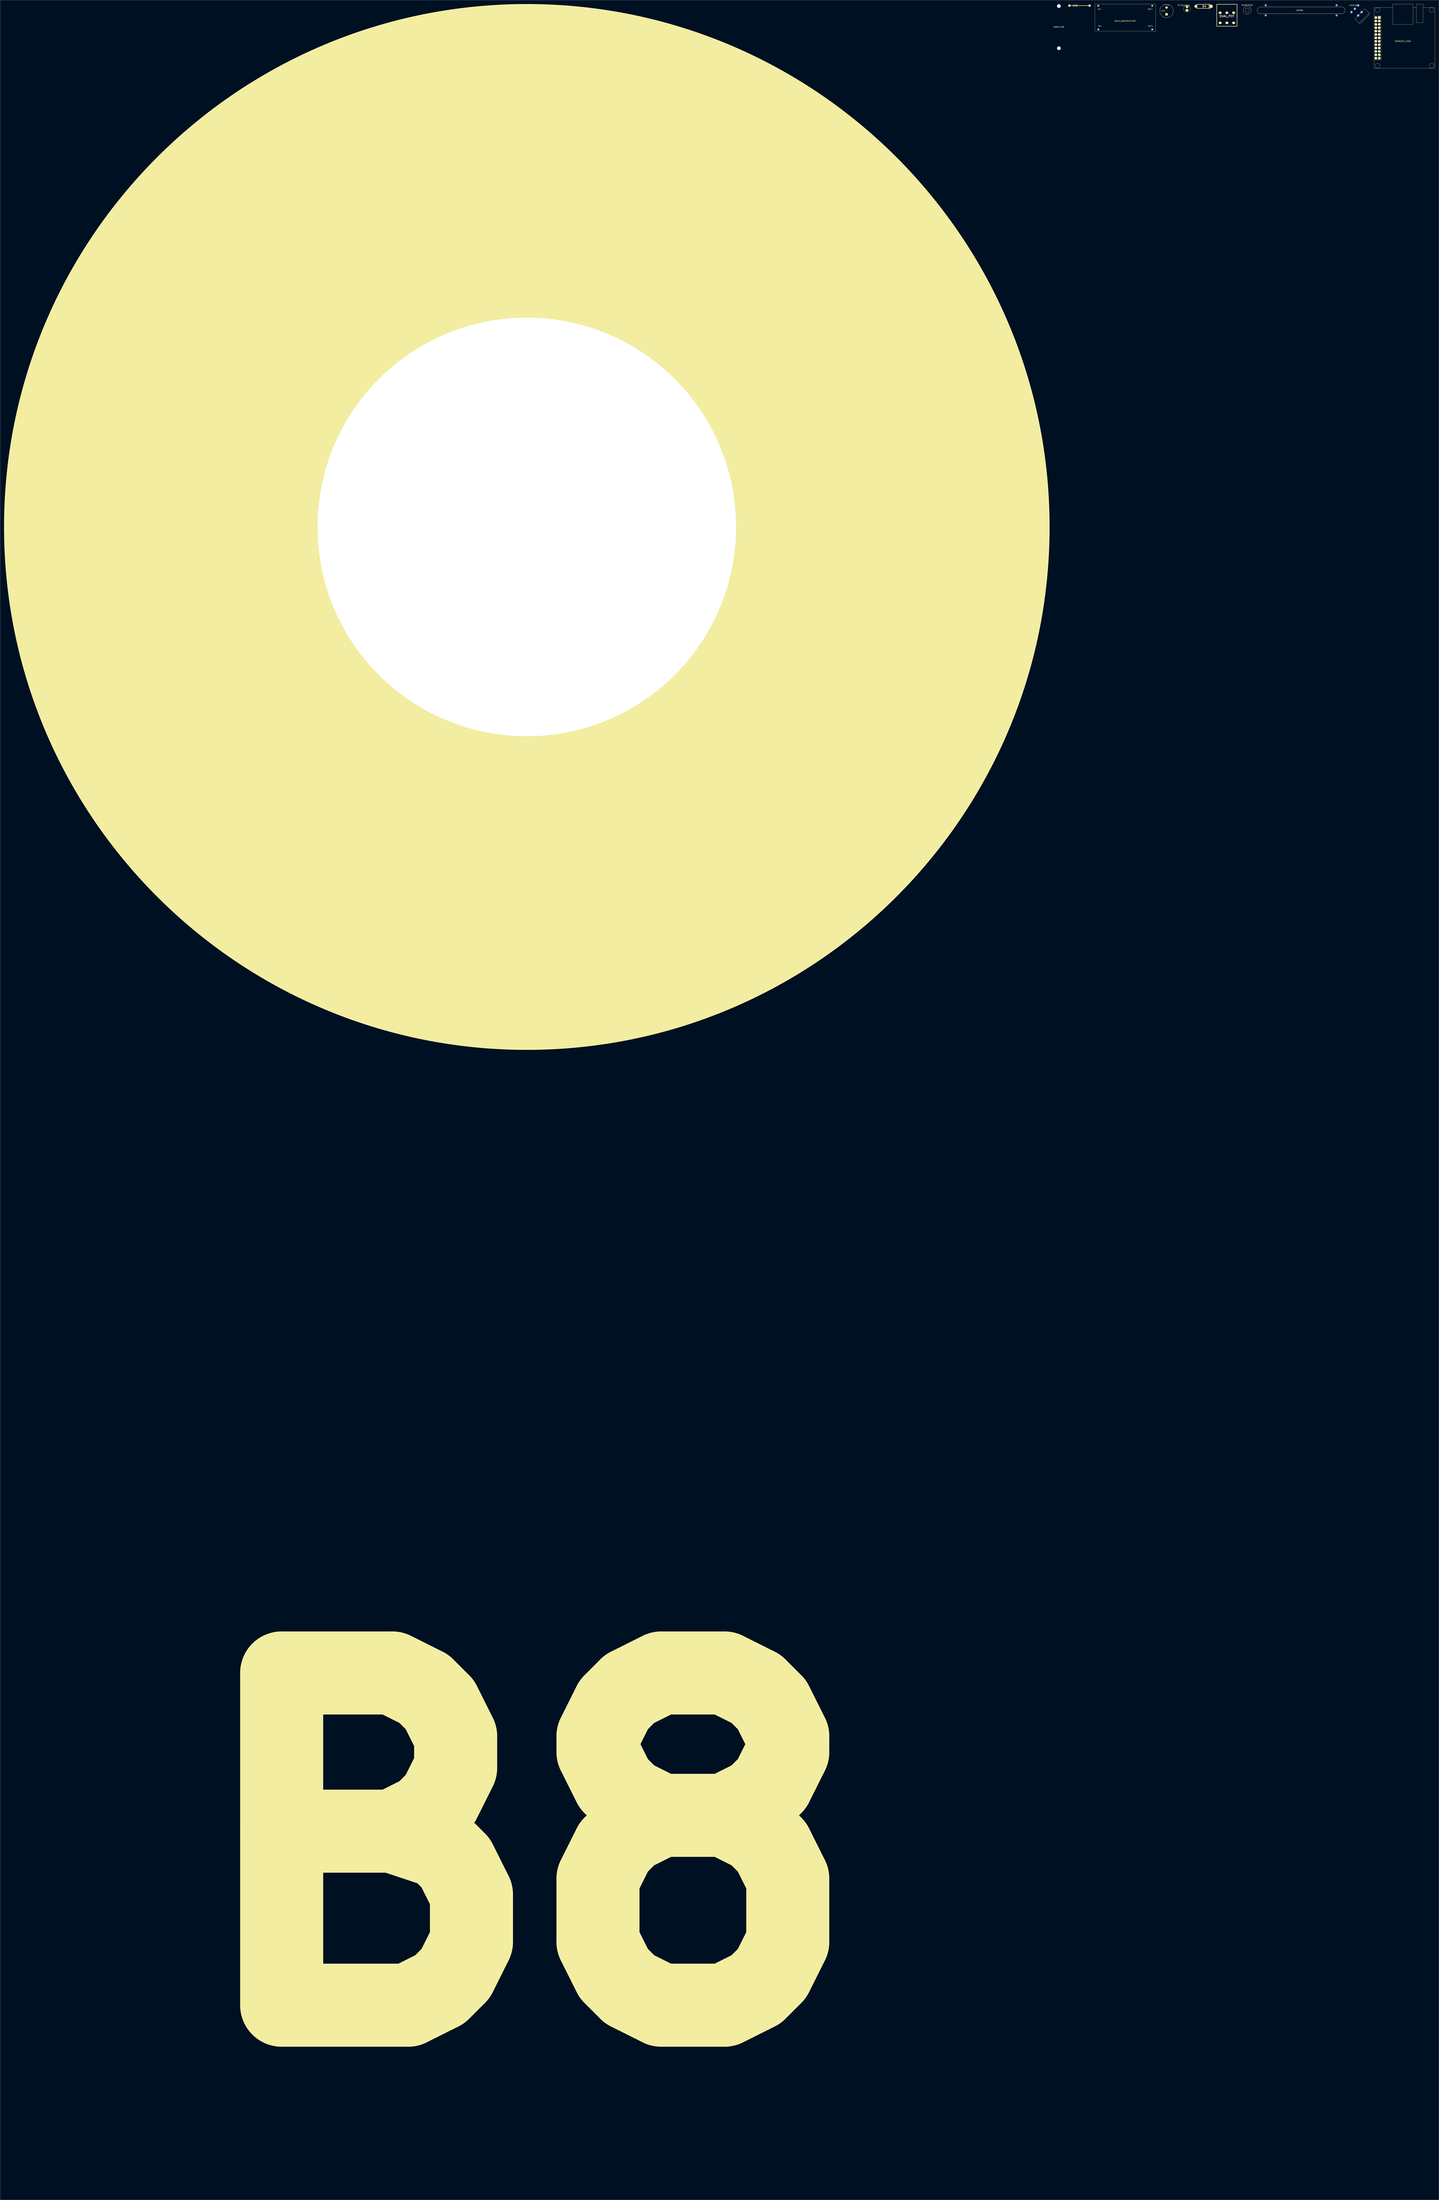
<source format=kicad_pcb>
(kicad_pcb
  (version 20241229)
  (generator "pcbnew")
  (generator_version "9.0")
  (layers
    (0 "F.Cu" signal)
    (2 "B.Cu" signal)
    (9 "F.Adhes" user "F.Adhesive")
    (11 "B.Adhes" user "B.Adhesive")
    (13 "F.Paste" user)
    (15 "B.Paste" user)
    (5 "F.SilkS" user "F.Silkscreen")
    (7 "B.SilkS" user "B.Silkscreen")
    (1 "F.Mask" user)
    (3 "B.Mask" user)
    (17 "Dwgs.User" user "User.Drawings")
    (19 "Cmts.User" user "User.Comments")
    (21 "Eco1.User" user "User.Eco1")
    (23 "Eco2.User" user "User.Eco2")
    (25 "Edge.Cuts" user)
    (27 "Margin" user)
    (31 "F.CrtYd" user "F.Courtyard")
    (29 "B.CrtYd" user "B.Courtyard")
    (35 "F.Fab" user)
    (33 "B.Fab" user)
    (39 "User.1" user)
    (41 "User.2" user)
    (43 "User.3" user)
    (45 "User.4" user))
  (footprint "BN641138"
    (layer "F.Cu")
    (at 794.006 16.74)
    (property "Reference" "BN641138" (at 0 0.5 0) (layer "F.SilkS") (effects (font (size 1 1) (thickness 0.15))))
    (attr through_hole)
    (pad "1" thru_hole circle (at 0 -15.24) (size 3 3) (drill 2.54) (layers "*.Cu" "*.Mask"))
    (pad "2" thru_hole circle (at 0 16.51) (size 3 3) (drill 2.54) (layers "*.Cu" "*.Mask")))
  (footprint "ENTRETOISE"
    (layer "F.Cu")
    (at 935.787 4.658)
    (property "Reference" "ENTRETOISE" (at 0 -3.81 0) (layer "F.SilkS") (effects (font (size 1 1) (thickness 0.15))))
    (attr through_hole)
    (fp_circle (center 0 0) (end 3 0) (stroke (width 0.15) (type solid)) (fill no) (layer "F.SilkS"))
    (fp_circle (center 0 0) (end 1.5 0) (stroke (width 0.15) (type solid)) (fill no) (layer "Edge.Cuts")))
  (footprint "ORANGEPI_ZERO"
    (layer "F.Cu")
    (at 1052.914 25.46)
    (property "Reference" "ORANGEPI_ZERO" (at 0 2.54 0) (layer "F.SilkS") (effects (font (size 1 1) (thickness 0.15))))
    (attr through_hole)
    (fp_line (start -21.59 -22.86) (end -21.59 -16.51) (stroke (width 0.12) (type solid)) (layer "F.SilkS"))
    (fp_line (start -21.59 -22.86) (end -7.62 -22.86) (stroke (width 0.12) (type solid)) (layer "F.SilkS"))
    (fp_line (start -21.59 -16.51) (end -21.59 16.51) (stroke (width 0.12) (type solid)) (layer "F.SilkS"))
    (fp_line (start -21.59 16.51) (end -21.59 22.86) (stroke (width 0.12) (type solid)) (layer "F.SilkS"))
    (fp_line (start -21.59 22.86) (end 24.13 22.86) (stroke (width 0.12) (type solid)) (layer "F.SilkS"))
    (fp_line (start -16.51 -16.51) (end -21.59 -16.51) (stroke (width 0.12) (type solid)) (layer "F.SilkS"))
    (fp_line (start -16.51 -16.51) (end -16.51 16.51) (stroke (width 0.15) (type solid)) (layer "F.SilkS"))
    (fp_line (start -16.51 16.51) (end -21.59 16.51) (stroke (width 0.15) (type solid)) (layer "F.SilkS"))
    (fp_line (start -7.62 -25.4) (end -7.62 -10.16) (stroke (width 0.12) (type solid)) (layer "F.SilkS"))
    (fp_line (start -7.62 -25.4) (end 7.62 -25.4) (stroke (width 0.12) (type solid)) (layer "F.SilkS"))
    (fp_line (start -7.62 -10.16) (end 7.62 -10.16) (stroke (width 0.12) (type solid)) (layer "F.SilkS"))
    (fp_line (start 7.62 -25.4) (end 7.62 -10.16) (stroke (width 0.12) (type solid)) (layer "F.SilkS"))
    (fp_line (start 7.62 -22.86) (end 10.16 -22.86) (stroke (width 0.12) (type solid)) (layer "F.SilkS"))
    (fp_line (start 10.16 -25.4) (end 10.16 -11.43) (stroke (width 0.12) (type solid)) (layer "F.SilkS"))
    (fp_line (start 10.16 -25.4) (end 15.24 -25.4) (stroke (width 0.12) (type solid)) (layer "F.SilkS"))
    (fp_line (start 10.16 -11.43) (end 15.24 -11.43) (stroke (width 0.12) (type solid)) (layer "F.SilkS"))
    (fp_line (start 15.24 -25.4) (end 15.24 -11.43) (stroke (width 0.12) (type solid)) (layer "F.SilkS"))
    (fp_line (start 15.24 -22.86) (end 24.13 -22.86) (stroke (width 0.12) (type solid)) (layer "F.SilkS"))
    (fp_line (start 24.13 -22.86) (end 24.13 22.86) (stroke (width 0.12) (type solid)) (layer "F.SilkS"))
    (fp_circle (center -19.05 -20.955) (end -17.78 -19.685) (stroke (width 0.12) (type solid)) (fill no) (layer "F.SilkS"))
    (fp_circle (center -19.05 20.955) (end -17.78 22.225) (stroke (width 0.12) (type solid)) (fill no) (layer "F.SilkS"))
    (fp_circle (center 21.59 -20.955) (end 22.86 -19.685) (stroke (width 0.12) (type solid)) (fill no) (layer "F.SilkS"))
    (fp_circle (center 21.59 20.955) (end 20.32 22.225) (stroke (width 0.12) (type solid)) (fill no) (layer "F.SilkS"))
    (pad "1" thru_hole rect (at -17.78 -15.24 270) (size 2 2) (drill 0.8) (layers "*.Cu" "*.Mask" "F.SilkS"))
    (pad "2" thru_hole circle (at -20.32 -15.24 270) (size 2 2) (drill 0.8) (layers "*.Cu" "*.Mask" "F.SilkS"))
    (pad "3" thru_hole circle (at -17.78 -12.7 270) (size 2 2) (drill 0.8) (layers "*.Cu" "*.Mask" "F.SilkS"))
    (pad "4" thru_hole circle (at -20.32 -12.7 270) (size 2 2) (drill 0.8) (layers "*.Cu" "*.Mask" "F.SilkS"))
    (pad "5" thru_hole circle (at -17.78 -10.16 270) (size 2 2) (drill 0.8) (layers "*.Cu" "*.Mask" "F.SilkS"))
    (pad "6" thru_hole circle (at -20.32 -10.16 270) (size 2 2) (drill 0.8) (layers "*.Cu" "*.Mask" "F.SilkS"))
    (pad "7" thru_hole circle (at -17.78 -7.62 270) (size 2 2) (drill 0.8) (layers "*.Cu" "*.Mask" "F.SilkS"))
    (pad "8" thru_hole circle (at -20.32 -7.62 270) (size 2 2) (drill 0.8) (layers "*.Cu" "*.Mask" "F.SilkS"))
    (pad "9" thru_hole circle (at -17.78 -5.08 270) (size 2 2) (drill 0.8) (layers "*.Cu" "*.Mask" "F.SilkS"))
    (pad "10" thru_hole circle (at -20.32 -5.08 270) (size 2 2) (drill 0.8) (layers "*.Cu" "*.Mask" "F.SilkS"))
    (pad "11" thru_hole circle (at -17.78 -2.54 270) (size 1.999 1.999) (drill 0.8) (layers "*.Cu" "*.Mask" "F.SilkS"))
    (pad "12" thru_hole circle (at -20.32 -2.54 270) (size 1.999 1.999) (drill 0.8) (layers "*.Cu" "*.Mask" "F.SilkS"))
    (pad "13" thru_hole circle (at -17.78 0 270) (size 1.999 1.999) (drill 0.8) (layers "*.Cu" "*.Mask" "F.SilkS"))
    (pad "14" thru_hole circle (at -20.32 0 270) (size 1.999 1.999) (drill 0.8) (layers "*.Cu" "*.Mask" "F.SilkS"))
    (pad "15" thru_hole circle (at -17.78 2.54 270) (size 1.999 1.999) (drill 0.8) (layers "*.Cu" "*.Mask" "F.SilkS"))
    (pad "16" thru_hole circle (at -20.32 2.54 270) (size 1.999 1.999) (drill 0.8) (layers "*.Cu" "*.Mask" "F.SilkS"))
    (pad "17" thru_hole circle (at -17.78 5.08) (size 1.999 1.999) (drill 0.8) (layers "*.Cu" "*.Mask" "F.SilkS"))
    (pad "18" thru_hole circle (at -20.32 5.08 270) (size 1.999 1.999) (drill 0.8) (layers "*.Cu" "*.Mask" "F.SilkS"))
    (pad "19" thru_hole circle (at -17.78 7.62 270) (size 1.999 1.999) (drill 0.8) (layers "*.Cu" "*.Mask" "F.SilkS"))
    (pad "20" thru_hole circle (at -20.32 7.62 270) (size 1.999 1.999) (drill 0.8) (layers "*.Cu" "*.Mask" "F.SilkS"))
    (pad "21" thru_hole circle (at -17.78 10.16 270) (size 1.999 1.999) (drill 0.8) (layers "*.Cu" "*.Mask" "F.SilkS"))
    (pad "22" thru_hole circle (at -20.32 10.16 270) (size 1.999 1.999) (drill 0.8) (layers "*.Cu" "*.Mask" "F.SilkS"))
    (pad "23" thru_hole circle (at -17.78 12.7 270) (size 1.999 1.999) (drill 0.8) (layers "*.Cu" "*.Mask" "F.SilkS"))
    (pad "24" thru_hole circle (at -20.32 12.7 270) (size 1.999 1.999) (drill 0.8) (layers "*.Cu" "*.Mask" "F.SilkS"))
    (pad "25" thru_hole circle (at -17.78 15.24 270) (size 1.999 1.999) (drill 0.8) (layers "*.Cu" "*.Mask" "F.SilkS"))
    (pad "26" thru_hole circle (at -20.32 15.24 270) (size 1.999 1.999) (drill 0.8) (layers "*.Cu" "*.Mask" "F.SilkS")))
  (footprint "CP2"
    (layer "F.Cu")
    (at 875.048 5.155)
    (property "Reference" "CP2" (at -2.54 0 0) (layer "F.SilkS") (effects (font (size 1 1) (thickness 0.15))))
    (attr through_hole)
    (fp_line (start -2.3 -4.5) (end 2.3 -4.5) (stroke (width 0.15) (type solid)) (layer "F.SilkS"))
    (fp_line (start 0.889 -3.81) (end 1.778 -3.81) (stroke (width 0.15) (type solid)) (layer "F.SilkS"))
    (fp_circle (center 0 0) (end -5.08 0) (stroke (width 0.15) (type solid)) (fill no) (layer "F.SilkS"))
    (pad "1" thru_hole rect (at 0 2.54) (size 1.801 1.801) (drill 0.599) (layers "*.Cu" "*.Mask" "F.SilkS"))
    (pad "2" thru_hole circle (at 0 -2.54) (size 1.801 1.801) (drill 0.599) (layers "*.Cu" "*.Mask" "F.SilkS")))
  (footprint "B8"
    (layer "F.Cu")
    (at 393.5 393.5)
    (property "Reference" "B8" (at 0 1000 0) (layer "F.SilkS") (effects (font (size 250 250) (thickness 120))))
    (attr through_hole)
    (pad "1" thru_hole circle (at 0 0) (size 787 787) (drill 315) (layers "*.Cu" "*.Mask" "F.SilkS")))
  (footprint "J302BG"
    (layer "F.Cu")
    (at 975.118 3.44)
    (property "Reference" "J302BG" (at 0 1.27 0) (layer "F.SilkS") (effects (font (size 1 1) (thickness 0.15))))
    (attr through_hole)
    (fp_line (start -29.21 -1.27) (end 31.75 -1.27) (stroke (width 0.15) (type solid)) (layer "F.SilkS"))
    (fp_line (start 31.75 3.81) (end -29.21 3.81) (stroke (width 0.15) (type solid)) (layer "F.SilkS"))
    (fp_arc (start -31.75 1.27) (mid -31.006051 -0.526051) (end -29.21 -1.27) (stroke (width 0.15) (type solid)) (layer "F.SilkS"))
    (fp_arc (start -29.21 3.81) (mid -31.006051 3.066051) (end -31.75 1.27) (stroke (width 0.15) (type solid)) (layer "F.SilkS"))
    (fp_arc (start 31.75 -1.27) (mid 33.546051 -0.526051) (end 34.29 1.27) (stroke (width 0.15) (type solid)) (layer "F.SilkS"))
    (fp_arc (start 34.29 1.27) (mid 33.546051 3.066051) (end 31.75 3.81) (stroke (width 0.15) (type solid)) (layer "F.SilkS"))
    (pad "1" thru_hole circle (at -25.4 5.08) (size 1.8 1.8) (drill 0.6) (layers "*.Cu" "*.Mask"))
    (pad "2" thru_hole circle (at 27.94 5.08) (size 1.8 1.8) (drill 0.6) (layers "*.Cu" "*.Mask"))
    (pad "3" thru_hole circle (at 27.94 -2.54) (size 1.8 1.8) (drill 0.6) (layers "*.Cu" "*.Mask"))
    (pad "4" thru_hole circle (at -25.4 -2.54) (size 1.8 1.8) (drill 0.6) (layers "*.Cu" "*.Mask")))
  (footprint "BR6"
    (layer "F.Cu")
    (at 809.532 1.174)
    (property "Reference" "BR6" (at -3.175 0 0) (layer "F.SilkS") (effects (font (size 1.397 1.27) (thickness 0.203))))
    (attr through_hole)
    (fp_line (start 7.62 0) (end -7.62 0) (stroke (width 0.381) (type solid)) (layer "F.SilkS"))
    (pad "1" thru_hole circle (at -7.62 0) (size 1.801 1.801) (drill 0.599) (layers "*.Cu" "*.Mask" "F.SilkS"))
    (pad "2" thru_hole circle (at 7.62 0) (size 1.801 1.801) (drill 0.599) (layers "*.Cu" "*.Mask" "F.SilkS")))
  (footprint "CP_5x11mm"
    (layer "F.Cu")
    (at 890.415 3.388)
    (property "Reference" "CP_5x11mm" (at -2.54 -2.54 0) (layer "F.SilkS") (effects (font (size 1 1) (thickness 0.15))))
    (attr through_hole)
    (fp_line (start -1.524 -2.032) (end 1.524 -2.032) (stroke (width 0.15) (type solid)) (layer "F.SilkS"))
    (fp_line (start 0.889 -1.27) (end 1.778 -1.27) (stroke (width 0.15) (type solid)) (layer "F.SilkS"))
    (fp_circle (center 0 0) (end -2.54 0) (stroke (width 0.15) (type solid)) (fill no) (layer "F.SilkS"))
    (pad "1" thru_hole rect (at 0 1.27) (size 1.801 1.801) (drill 0.599) (layers "*.Cu" "*.Mask" "F.SilkS"))
    (pad "2" thru_hole circle (at 0 -1.27) (size 1.801 1.801) (drill 0.599) (layers "*.Cu" "*.Mask" "F.SilkS")))
  (footprint "BUCK_MAKERFACTORY"
    (layer "F.Cu")
    (at 843.973 10.22)
    (property "Reference" "BUCK_MAKERFACTORY" (at 0 2.54 0) (layer "F.SilkS") (effects (font (size 1 1) (thickness 0.15))))
    (attr through_hole)
    (fp_line (start -22.86 -10.16) (end 22.86 -10.16) (stroke (width 0.12) (type solid)) (layer "F.SilkS"))
    (fp_line (start -22.86 10.16) (end -22.86 -10.16) (stroke (width 0.12) (type solid)) (layer "F.SilkS"))
    (fp_line (start 22.86 -10.16) (end 22.86 10.16) (stroke (width 0.12) (type solid)) (layer "F.SilkS"))
    (fp_line (start 22.86 10.16) (end -22.86 10.16) (stroke (width 0.12) (type solid)) (layer "F.SilkS"))
    (fp_text user "IN-" (at -19.05 -6.35 0) (layer "F.SilkS") (effects (font (size 1 1) (thickness 0.15))))
    (fp_text user "IN+" (at -19.05 6.35 0) (layer "F.SilkS") (effects (font (size 1 1) (thickness 0.15))))
    (fp_text user "OUT+" (at 19.05 6.35 0) (layer "F.SilkS") (effects (font (size 1 1) (thickness 0.15))))
    (fp_text user "OUT-" (at 19.05 -6.35 0) (layer "F.SilkS") (effects (font (size 1 1) (thickness 0.15))))
    (pad "1" thru_hole circle (at -20.32 8.89) (size 1.6 1.6) (drill 0.8) (layers "*.Cu" "*.Mask"))
    (pad "2" thru_hole circle (at -20.32 -8.89) (size 1.6 1.6) (drill 0.8) (layers "*.Cu" "*.Mask"))
    (pad "3" thru_hole circle (at 20.32 8.89) (size 1.6 1.6) (drill 0.8) (layers "*.Cu" "*.Mask"))
    (pad "4" thru_hole circle (at 20.32 -8.89) (size 1.6 1.6) (drill 0.8) (layers "*.Cu" "*.Mask")))
  (footprint "LM2576"
    (layer "F.Cu")
    (at 1016.759 6.08)
    (property "Reference" "LM2576" (at -1.27 -5.08 0) (layer "F.SilkS") (effects (font (size 1 1) (thickness 0.15))))
    (attr through_hole)
    (fp_line (start 0 5.08) (end 7.62 -2.54) (stroke (width 0.12) (type solid)) (layer "F.SilkS"))
    (fp_line (start 3.175 8.255) (end 10.795 0.635) (stroke (width 0.12) (type solid)) (layer "F.SilkS"))
    (fp_line (start 3.81 8.89) (end 0 5.08) (stroke (width 0.12) (type solid)) (layer "F.SilkS"))
    (fp_line (start 7.62 -2.54) (end 11.43 1.27) (stroke (width 0.12) (type solid)) (layer "F.SilkS"))
    (fp_line (start 11.43 1.27) (end 3.81 8.89) (stroke (width 0.12) (type solid)) (layer "F.SilkS"))
    (pad "1" thru_hole circle (at 2.54 -5.08) (size 2 2) (drill 0.8) (layers "*.Cu" "*.Mask"))
    (pad "2" thru_hole circle (at 5.08 0) (size 2 2) (drill 0.8) (layers "*.Cu" "*.Mask"))
    (pad "3" thru_hole circle (at 0 -2.54) (size 2 2) (drill 0.8) (layers "*.Cu" "*.Mask"))
    (pad "4" thru_hole circle (at 2.54 2.54) (size 2 2) (drill 0.8) (layers "*.Cu" "*.Mask"))
    (pad "5" thru_hole circle (at -2.54 0) (size 2 2) (drill 0.8) (layers "*.Cu" "*.Mask")))
  (footprint "D4"
    (layer "F.Cu")
    (at 903.48 1.714)
    (property "Reference" "D4" (at 0 0 0) (layer "F.SilkS") (effects (font (size 1.524 1.524) (thickness 0.305))))
    (attr through_hole)
    (fp_line (start -6.223 0) (end -5.715 0) (stroke (width 0.381) (type solid)) (layer "F.SilkS"))
    (fp_line (start -5.715 -1.524) (end 4.445 -1.524) (stroke (width 0.381) (type solid)) (layer "F.SilkS"))
    (fp_line (start -5.715 1.524) (end -5.715 -1.524) (stroke (width 0.381) (type solid)) (layer "F.SilkS"))
    (fp_line (start 3.429 -1.524) (end 3.429 1.524) (stroke (width 0.381) (type solid)) (layer "F.SilkS"))
    (fp_line (start 4.445 -1.524) (end 4.445 1.524) (stroke (width 0.381) (type solid)) (layer "F.SilkS"))
    (fp_line (start 4.445 0) (end 4.953 0) (stroke (width 0.381) (type solid)) (layer "F.SilkS"))
    (fp_line (start 4.445 1.524) (end -5.715 1.524) (stroke (width 0.381) (type solid)) (layer "F.SilkS"))
    (pad "1" thru_hole circle (at -6.35 0) (size 2.2 2.2) (drill 1) (layers "*.Cu" "*.Mask" "F.SilkS"))
    (pad "2" thru_hole rect (at 5.08 0) (size 2.2 2.2) (drill 1) (layers "*.Cu" "*.Mask" "F.SilkS")))
  (footprint "DUAL_POT"
    (layer "F.Cu")
    (at 920.471 10.351)
    (property "Reference" "DUAL_POT" (at 0 -1.27 0) (layer "F.SilkS") (effects (font (size 1.524 1.524) (thickness 0.305))))
    (attr through_hole)
    (fp_line (start -7.62 -10.16) (end -7.62 6.35) (stroke (width 0.381) (type solid)) (layer "F.SilkS"))
    (fp_line (start -7.62 -10.16) (end 7.62 -10.16) (stroke (width 0.381) (type solid)) (layer "F.SilkS"))
    (fp_line (start 7.62 -10.16) (end 7.62 6.35) (stroke (width 0.381) (type solid)) (layer "F.SilkS"))
    (fp_line (start 7.62 6.35) (end -7.62 6.35) (stroke (width 0.381) (type solid)) (layer "F.SilkS"))
    (pad "1" thru_hole oval (at -5.08 -3.81) (size 2.2 1.8) (drill oval 1 0.6) (layers "*.Cu" "*.Mask" "F.SilkS"))
    (pad "2" thru_hole oval (at 0 -3.81) (size 2.2 1.8) (drill oval 1 0.6) (layers "*.Cu" "*.Mask" "F.SilkS"))
    (pad "3" thru_hole oval (at 5.08 -3.81) (size 2.2 1.8) (drill oval 1 0.6) (layers "*.Cu" "*.Mask" "F.SilkS"))
    (pad "4" thru_hole oval (at -5.08 3.81) (size 2.2 1.8) (drill oval 1 0.6) (layers "*.Cu" "*.Mask" "F.SilkS"))
    (pad "5" thru_hole oval (at 0 3.81) (size 2.2 1.8) (drill oval 1 0.6) (layers "*.Cu" "*.Mask" "F.SilkS"))
    (pad "6" thru_hole oval (at 5.08 3.81) (size 2.2 1.8) (drill oval 1 0.6) (layers "*.Cu" "*.Mask" "F.SilkS")))
  (gr_rect
    (start -3 -3)
    (end 1080.104 1652.438)
    (stroke (width 0.1) (type default))
    (fill no)
    (layer "Edge.Cuts")))
</source>
